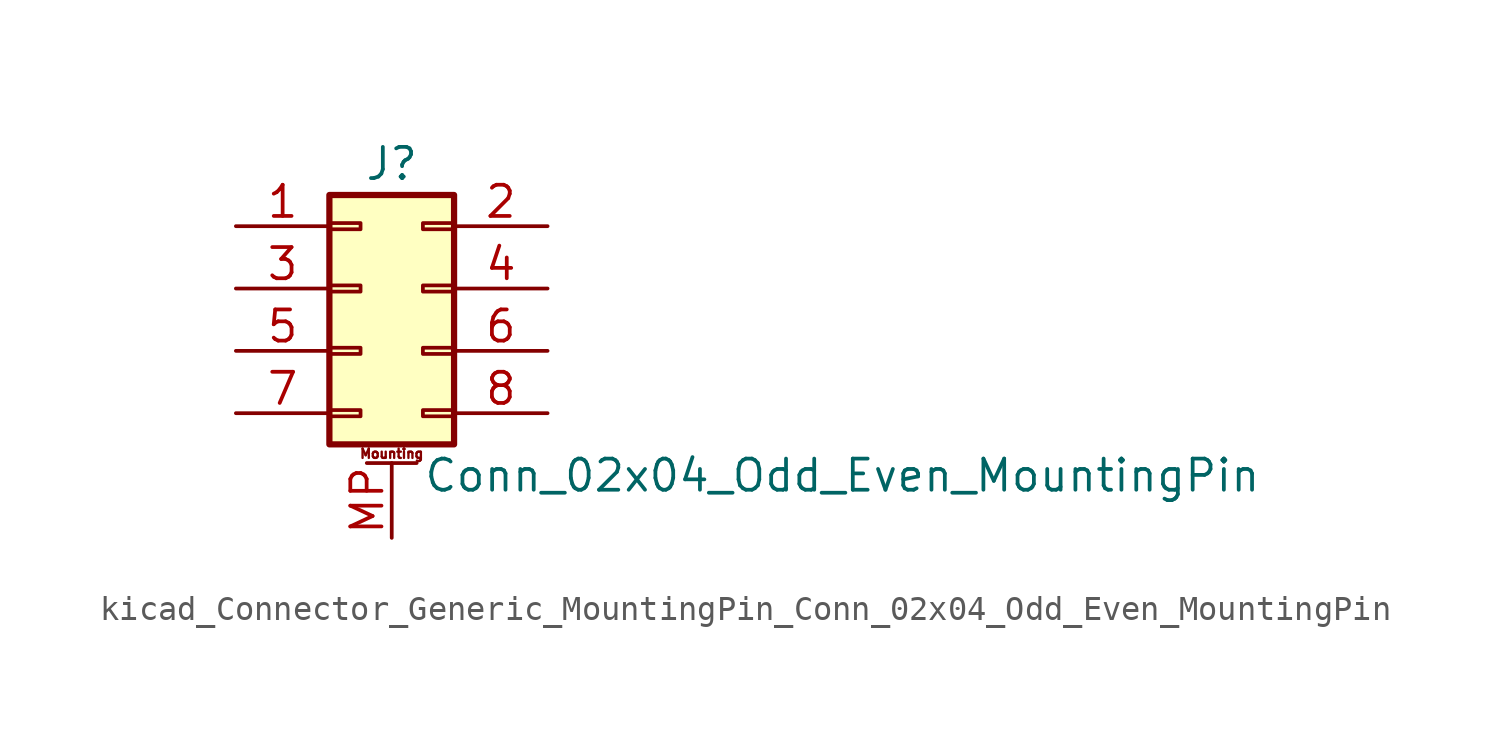
<source format=kicad_sym>
(kicad_symbol_lib
  (version 20220914)
  (generator kicad_symbol_editor)
  (symbol "kicad_Connector_Generic_MountingPin_Conn_02x04_Odd_Even_MountingPin"
    (pin_names
      (offset 1.016) hide)
    (property "Reference" "J"
      (at 1.27 5.08 0)
      (effects (font (size 1.27 1.27))))
    (property "Value" "Conn_02x04_Odd_Even_MountingPin"
      (at 2.54 -7.62 0)
      (effects (font (size 1.27 1.27)) (justify left)))
    (symbol "kicad_Connector_Generic_MountingPin_Conn_02x04_Odd_Even_MountingPin_1_1"
      (rectangle (start -1.27 -4.953) (end 0 -5.207) (stroke (width 0.152) (type default)) (fill (type none)))
      (rectangle (start -1.27 -2.413) (end 0 -2.667) (stroke (width 0.152) (type default)) (fill (type none)))
      (rectangle (start -1.27 0.127) (end 0 -0.127) (stroke (width 0.152) (type default)) (fill (type none)))
      (rectangle (start -1.27 2.667) (end 0 2.413) (stroke (width 0.152) (type default)) (fill (type none)))
      (rectangle (start -1.27 3.81) (end 3.81 -6.35) (stroke (width 0.254) (type default)) (fill (type background)))
      (polyline (pts (xy 0.254 -7.112) (xy 2.286 -7.112)) (stroke (width 0.152) (type default)) (fill (type none)))
      (rectangle (start 3.81 -4.953) (end 2.54 -5.207) (stroke (width 0.152) (type default)) (fill (type none)))
      (rectangle (start 3.81 -2.413) (end 2.54 -2.667) (stroke (width 0.152) (type default)) (fill (type none)))
      (rectangle (start 3.81 0.127) (end 2.54 -0.127) (stroke (width 0.152) (type default)) (fill (type none)))
      (rectangle (start 3.81 2.667) (end 2.54 2.413) (stroke (width 0.152) (type default)) (fill (type none)))
      (text "Mounting" (at 1.27 -6.731 0) (effects (font (size 0.381 0.381))))
      (pin passive line (at -5.08 2.54 0) (length 3.81) (name "Pin_1" (effects (font (size 1.27 1.27)))) (number "1" (effects (font (size 1.27 1.27)))))
      (pin passive line (at 7.62 2.54 180) (length 3.81) (name "Pin_2" (effects (font (size 1.27 1.27)))) (number "2" (effects (font (size 1.27 1.27)))))
      (pin passive line (at -5.08 0 0) (length 3.81) (name "Pin_3" (effects (font (size 1.27 1.27)))) (number "3" (effects (font (size 1.27 1.27)))))
      (pin passive line (at 7.62 0 180) (length 3.81) (name "Pin_4" (effects (font (size 1.27 1.27)))) (number "4" (effects (font (size 1.27 1.27)))))
      (pin passive line (at -5.08 -2.54 0) (length 3.81) (name "Pin_5" (effects (font (size 1.27 1.27)))) (number "5" (effects (font (size 1.27 1.27)))))
      (pin passive line (at 7.62 -2.54 180) (length 3.81) (name "Pin_6" (effects (font (size 1.27 1.27)))) (number "6" (effects (font (size 1.27 1.27)))))
      (pin passive line (at -5.08 -5.08 0) (length 3.81) (name "Pin_7" (effects (font (size 1.27 1.27)))) (number "7" (effects (font (size 1.27 1.27)))))
      (pin passive line (at 7.62 -5.08 180) (length 3.81) (name "Pin_8" (effects (font (size 1.27 1.27)))) (number "8" (effects (font (size 1.27 1.27)))))
      (pin passive line (at 1.27 -10.16 90) (length 3.048) (name "MountPin" (effects (font (size 1.27 1.27)))) (number "MP" (effects (font (size 1.27 1.27))))))))
</source>
